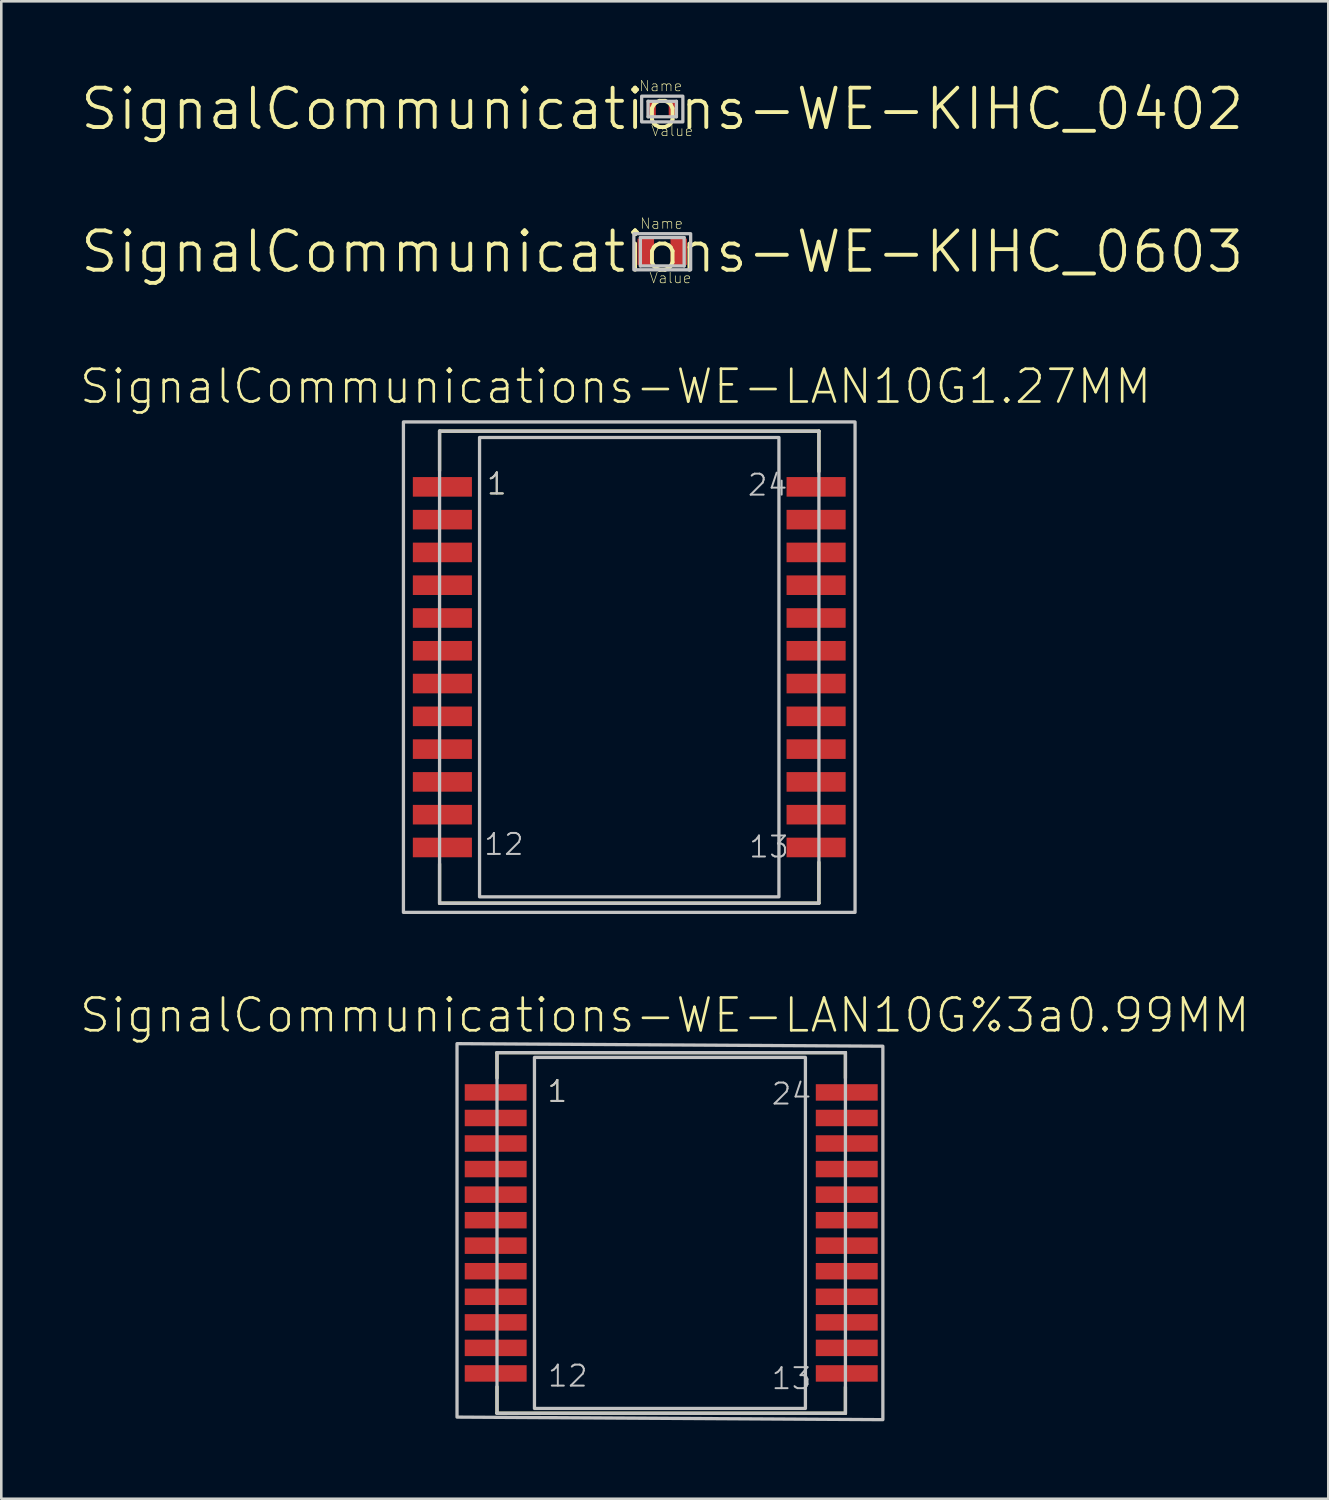
<source format=kicad_pcb>
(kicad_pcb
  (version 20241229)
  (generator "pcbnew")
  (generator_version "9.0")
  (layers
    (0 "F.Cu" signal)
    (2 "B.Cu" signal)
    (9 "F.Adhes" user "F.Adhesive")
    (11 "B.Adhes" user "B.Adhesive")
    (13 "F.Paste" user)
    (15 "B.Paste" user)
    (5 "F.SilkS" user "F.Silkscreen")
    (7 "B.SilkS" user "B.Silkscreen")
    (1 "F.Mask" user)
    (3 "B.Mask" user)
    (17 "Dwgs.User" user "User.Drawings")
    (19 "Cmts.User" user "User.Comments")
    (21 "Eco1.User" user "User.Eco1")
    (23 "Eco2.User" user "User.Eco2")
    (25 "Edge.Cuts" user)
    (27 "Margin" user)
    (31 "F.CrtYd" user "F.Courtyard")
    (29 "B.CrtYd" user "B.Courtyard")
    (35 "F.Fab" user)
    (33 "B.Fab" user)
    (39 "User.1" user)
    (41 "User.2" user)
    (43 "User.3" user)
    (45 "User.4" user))
  (footprint "SignalCommunications-WE-LAN10G1.27MM"
    (layer "F.Cu")
    (at 21.327 22.796)
    (property "Reference" "SignalCommunications-WE-LAN10G1.27MM" (at -0.528 -10.874 0) (layer "F.SilkS") (effects (font (size 1.27 1.27) (thickness 0.102))))
    (attr smd)
    (fp_line (start -7.348 -9.144) (end 7.348 -9.144) (stroke (width 0.127) (type solid)) (layer "F.SilkS"))
    (fp_line (start -7.348 -7.61) (end -7.348 -9.144) (stroke (width 0.127) (type solid)) (layer "F.SilkS"))
    (fp_line (start -7.348 7.62) (end -7.348 9.144) (stroke (width 0.127) (type solid)) (layer "F.SilkS"))
    (fp_line (start -7.348 9.144) (end 7.348 9.144) (stroke (width 0.127) (type solid)) (layer "F.SilkS"))
    (fp_line (start 7.348 -9.144) (end 7.348 -7.579) (stroke (width 0.127) (type solid)) (layer "F.SilkS"))
    (fp_line (start 7.348 9.144) (end 7.348 7.559) (stroke (width 0.127) (type solid)) (layer "F.SilkS"))
    (fp_line (start -7.348 -9.144) (end 7.348 -9.144) (stroke (width 0.127) (type solid)) (layer "Dwgs.User"))
    (fp_line (start -7.348 9.144) (end -7.348 -9.144) (stroke (width 0.127) (type solid)) (layer "Dwgs.User"))
    (fp_line (start 7.348 -9.144) (end 7.348 9.144) (stroke (width 0.127) (type solid)) (layer "Dwgs.User"))
    (fp_line (start 7.348 9.144) (end -7.348 9.144) (stroke (width 0.127) (type solid)) (layer "Dwgs.User"))
    (fp_poly (pts (xy -8.748 -9.5) (xy 8.748 -9.5) (xy 8.748 9.5) (xy -8.748 9.5) (xy -8.748 -9.5)) (stroke (width 0.127) (type solid)) (fill no) (layer "Dwgs.User"))
    (fp_poly (pts (xy 5.799 -8.898) (xy 5.799 8.898) (xy -5.799 8.898) (xy -5.799 -8.898) (xy 5.799 -8.898)) (stroke (width 0.127) (type solid)) (fill no) (layer "Dwgs.User"))
    (fp_text user "1" (at -5.133 -7.104 0) (layer "F.SilkS") (effects (font (size 0.813 0.813) (thickness 0.076))))
    (fp_text user "24" (at 5.362 -7.056 0) (layer "Dwgs.User") (effects (font (size 0.813 0.813) (thickness 0.076))))
    (fp_text user "1" (at -5.133 -7.104 0) (layer "Dwgs.User") (effects (font (size 0.813 0.813) (thickness 0.076))))
    (fp_text user "13" (at 5.413 6.962 0) (layer "Dwgs.User") (effects (font (size 0.813 0.813) (thickness 0.076))))
    (fp_text user "12" (at -4.856 6.863 0) (layer "Dwgs.User") (effects (font (size 0.813 0.813) (thickness 0.076))))
    (pad "1" smd rect (at -7.239 -6.985) (size 2.289 0.759) (layers "F.Cu" "F.Mask" "F.Paste"))
    (pad "2" smd rect (at -7.239 -5.715) (size 2.289 0.759) (layers "F.Cu" "F.Mask" "F.Paste"))
    (pad "3" smd rect (at -7.239 -4.445) (size 2.289 0.759) (layers "F.Cu" "F.Mask" "F.Paste"))
    (pad "4" smd rect (at -7.239 -3.175) (size 2.289 0.759) (layers "F.Cu" "F.Mask" "F.Paste"))
    (pad "5" smd rect (at -7.239 -1.905) (size 2.289 0.759) (layers "F.Cu" "F.Mask" "F.Paste"))
    (pad "6" smd rect (at -7.239 -0.635) (size 2.289 0.759) (layers "F.Cu" "F.Mask" "F.Paste"))
    (pad "7" smd rect (at -7.239 0.635) (size 2.289 0.759) (layers "F.Cu" "F.Mask" "F.Paste"))
    (pad "8" smd rect (at -7.239 1.905) (size 2.289 0.759) (layers "F.Cu" "F.Mask" "F.Paste"))
    (pad "9" smd rect (at -7.239 3.175) (size 2.289 0.759) (layers "F.Cu" "F.Mask" "F.Paste"))
    (pad "10" smd rect (at -7.239 4.445) (size 2.289 0.759) (layers "F.Cu" "F.Mask" "F.Paste"))
    (pad "11" smd rect (at -7.239 5.715) (size 2.289 0.759) (layers "F.Cu" "F.Mask" "F.Paste"))
    (pad "12" smd rect (at -7.239 6.985) (size 2.289 0.759) (layers "F.Cu" "F.Mask" "F.Paste"))
    (pad "13" smd rect (at 7.239 6.985) (size 2.289 0.759) (layers "F.Cu" "F.Mask" "F.Paste"))
    (pad "14" smd rect (at 7.239 5.715) (size 2.289 0.759) (layers "F.Cu" "F.Mask" "F.Paste"))
    (pad "15" smd rect (at 7.239 4.445) (size 2.289 0.759) (layers "F.Cu" "F.Mask" "F.Paste"))
    (pad "16" smd rect (at 7.239 3.175) (size 2.289 0.759) (layers "F.Cu" "F.Mask" "F.Paste"))
    (pad "17" smd rect (at 7.239 1.905) (size 2.289 0.759) (layers "F.Cu" "F.Mask" "F.Paste"))
    (pad "18" smd rect (at 7.239 0.635) (size 2.289 0.759) (layers "F.Cu" "F.Mask" "F.Paste"))
    (pad "19" smd rect (at 7.239 -0.635) (size 2.289 0.759) (layers "F.Cu" "F.Mask" "F.Paste"))
    (pad "20" smd rect (at 7.239 -1.905) (size 2.289 0.759) (layers "F.Cu" "F.Mask" "F.Paste"))
    (pad "21" smd rect (at 7.239 -3.175) (size 2.289 0.759) (layers "F.Cu" "F.Mask" "F.Paste"))
    (pad "22" smd rect (at 7.239 -4.445) (size 2.289 0.759) (layers "F.Cu" "F.Mask" "F.Paste"))
    (pad "23" smd rect (at 7.239 -5.715) (size 2.289 0.759) (layers "F.Cu" "F.Mask" "F.Paste"))
    (pad "24" smd rect (at 7.239 -6.985) (size 2.289 0.759) (layers "F.Cu" "F.Mask" "F.Paste")))
  (footprint "SignalCommunications-WE-LAN10G%3a0.99MM"
    (layer "F.Cu")
    (at 22.953 44.714)
    (property "Reference" "SignalCommunications-WE-LAN10G%3a0.99MM" (at -0.249 -8.433 0) (layer "F.SilkS") (effects (font (size 1.27 1.27) (thickness 0.102))))
    (attr smd)
    (fp_line (start -6.749 -6.985) (end 6.749 -6.985) (stroke (width 0.127) (type solid)) (layer "F.SilkS"))
    (fp_line (start -6.749 -5.999) (end -6.749 -6.985) (stroke (width 0.127) (type solid)) (layer "F.SilkS"))
    (fp_line (start -6.749 5.959) (end -6.749 6.985) (stroke (width 0.127) (type solid)) (layer "F.SilkS"))
    (fp_line (start -6.749 6.985) (end 6.749 6.985) (stroke (width 0.127) (type solid)) (layer "F.SilkS"))
    (fp_line (start 6.749 -6.985) (end 6.749 -5.999) (stroke (width 0.127) (type solid)) (layer "F.SilkS"))
    (fp_line (start 6.749 6.985) (end 6.749 5.969) (stroke (width 0.127) (type solid)) (layer "F.SilkS"))
    (fp_line (start -6.749 -6.985) (end -6.749 6.985) (stroke (width 0.127) (type solid)) (layer "Dwgs.User"))
    (fp_line (start -6.749 6.985) (end 6.749 6.985) (stroke (width 0.127) (type solid)) (layer "Dwgs.User"))
    (fp_line (start 6.749 -6.985) (end -6.749 -6.985) (stroke (width 0.127) (type solid)) (layer "Dwgs.User"))
    (fp_line (start 6.749 6.985) (end 6.749 -6.985) (stroke (width 0.127) (type solid)) (layer "Dwgs.User"))
    (fp_poly (pts (xy -8.298 -7.333) (xy 8.199 -7.234) (xy 8.199 7.234) (xy -8.298 7.135) (xy -8.298 -7.333)) (stroke (width 0.127) (type solid)) (fill no) (layer "Dwgs.User"))
    (fp_poly (pts (xy -5.298 -6.8) (xy 5.199 -6.8) (xy 5.199 6.8) (xy -5.298 6.8) (xy -5.298 -6.8)) (stroke (width 0.127) (type solid)) (fill no) (layer "Dwgs.User"))
    (fp_text user "1" (at -4.412 -5.486 0) (layer "F.SilkS") (effects (font (size 0.813 0.813) (thickness 0.076))))
    (fp_text user "24" (at 4.661 -5.385 0) (layer "Dwgs.User") (effects (font (size 0.813 0.813) (thickness 0.076))))
    (fp_text user "13" (at 4.661 5.641 0) (layer "Dwgs.User") (effects (font (size 0.813 0.813) (thickness 0.076))))
    (fp_text user "1" (at -4.412 -5.486 0) (layer "Dwgs.User") (effects (font (size 0.813 0.813) (thickness 0.076))))
    (fp_text user "12" (at -4.006 5.542 0) (layer "Dwgs.User") (effects (font (size 0.813 0.813) (thickness 0.076))))
    (pad "1" smd rect (at -6.8 -5.443) (size 2.398 0.638) (layers "F.Cu" "F.Mask" "F.Paste"))
    (pad "2" smd rect (at -6.8 -4.453) (size 2.398 0.638) (layers "F.Cu" "F.Mask" "F.Paste"))
    (pad "3" smd rect (at -6.8 -3.465) (size 2.398 0.638) (layers "F.Cu" "F.Mask" "F.Paste"))
    (pad "4" smd rect (at -6.8 -2.474) (size 2.398 0.638) (layers "F.Cu" "F.Mask" "F.Paste"))
    (pad "5" smd rect (at -6.8 -1.483) (size 2.398 0.638) (layers "F.Cu" "F.Mask" "F.Paste"))
    (pad "6" smd rect (at -6.8 -0.493) (size 2.398 0.638) (layers "F.Cu" "F.Mask" "F.Paste"))
    (pad "7" smd rect (at -6.8 0.493) (size 2.398 0.638) (layers "F.Cu" "F.Mask" "F.Paste"))
    (pad "8" smd rect (at -6.8 1.483) (size 2.398 0.638) (layers "F.Cu" "F.Mask" "F.Paste"))
    (pad "9" smd rect (at -6.8 2.474) (size 2.398 0.638) (layers "F.Cu" "F.Mask" "F.Paste"))
    (pad "10" smd rect (at -6.8 3.465) (size 2.398 0.638) (layers "F.Cu" "F.Mask" "F.Paste"))
    (pad "11" smd rect (at -6.8 4.453) (size 2.398 0.638) (layers "F.Cu" "F.Mask" "F.Paste"))
    (pad "12" smd rect (at -6.8 5.443) (size 2.398 0.638) (layers "F.Cu" "F.Mask" "F.Paste"))
    (pad "13" smd rect (at 6.8 5.443) (size 2.398 0.638) (layers "F.Cu" "F.Mask" "F.Paste"))
    (pad "14" smd rect (at 6.8 4.453) (size 2.398 0.638) (layers "F.Cu" "F.Mask" "F.Paste"))
    (pad "15" smd rect (at 6.8 3.465) (size 2.398 0.638) (layers "F.Cu" "F.Mask" "F.Paste"))
    (pad "16" smd rect (at 6.8 2.474) (size 2.398 0.638) (layers "F.Cu" "F.Mask" "F.Paste"))
    (pad "17" smd rect (at 6.8 1.483) (size 2.398 0.638) (layers "F.Cu" "F.Mask" "F.Paste"))
    (pad "18" smd rect (at 6.8 0.493) (size 2.398 0.638) (layers "F.Cu" "F.Mask" "F.Paste"))
    (pad "19" smd rect (at 6.8 -0.493) (size 2.398 0.638) (layers "F.Cu" "F.Mask" "F.Paste"))
    (pad "20" smd rect (at 6.8 -1.483) (size 2.398 0.638) (layers "F.Cu" "F.Mask" "F.Paste"))
    (pad "21" smd rect (at 6.8 -2.474) (size 2.398 0.638) (layers "F.Cu" "F.Mask" "F.Paste"))
    (pad "22" smd rect (at 6.8 -3.465) (size 2.398 0.638) (layers "F.Cu" "F.Mask" "F.Paste"))
    (pad "23" smd rect (at 6.8 -4.453) (size 2.398 0.638) (layers "F.Cu" "F.Mask" "F.Paste"))
    (pad "24" smd rect (at 6.8 -5.443) (size 2.398 0.638) (layers "F.Cu" "F.Mask" "F.Paste")))
  (footprint "SignalCommunications-WE-KIHC_0603"
    (layer "F.Cu")
    (at 22.606 6.703)
    (property "Reference" "SignalCommunications-WE-KIHC_0603" (at 0 0 0) (layer "F.SilkS") (effects (font (size 1.524 1.524) (thickness 0.15))))
    (attr smd)
    (fp_line (start -0.848 -0.549) (end 0.848 -0.549) (stroke (width 0.127) (type solid)) (layer "Dwgs.User"))
    (fp_line (start -0.848 0.549) (end -0.848 -0.549) (stroke (width 0.127) (type solid)) (layer "Dwgs.User"))
    (fp_line (start 0.848 -0.549) (end 0.848 0.549) (stroke (width 0.127) (type solid)) (layer "Dwgs.User"))
    (fp_line (start 0.848 0.549) (end -0.848 0.549) (stroke (width 0.127) (type solid)) (layer "Dwgs.User"))
    (fp_poly (pts (xy -1.1 -0.699) (xy 1.1 -0.699) (xy 1.1 0.699) (xy -1.1 0.699) (xy -1.1 -0.699)) (stroke (width 0.127) (type solid)) (fill no) (layer "Dwgs.User"))
    (fp_text user "Name" (at -0.028 -1.092 0) (layer "F.SilkS") (effects (font (size 0.406 0.406) (thickness 0.025))))
    (fp_text user "Value" (at 0.315 1.016 0) (layer "F.SilkS") (effects (font (size 0.406 0.406) (thickness 0.025))))
    (pad "1" smd rect (at -0.638 0 90) (size 1.019 0.638) (layers "F.Cu" "F.Mask" "F.Paste"))
    (pad "2" smd rect (at 0.638 0 90) (size 1.019 0.638) (layers "F.Cu" "F.Mask" "F.Paste")))
  (footprint "SignalCommunications-WE-KIHC_0402"
    (layer "F.Cu")
    (at 22.606 1.174)
    (property "Reference" "SignalCommunications-WE-KIHC_0402" (at 0 0 0) (layer "F.SilkS") (effects (font (size 1.524 1.524) (thickness 0.15))))
    (attr smd)
    (fp_line (start -0.549 -0.3) (end 0.549 -0.3) (stroke (width 0.127) (type solid)) (layer "Dwgs.User"))
    (fp_line (start -0.549 0.3) (end -0.549 -0.3) (stroke (width 0.127) (type solid)) (layer "Dwgs.User"))
    (fp_line (start 0.549 -0.3) (end 0.549 0.3) (stroke (width 0.127) (type solid)) (layer "Dwgs.User"))
    (fp_line (start 0.549 0.3) (end -0.549 0.3) (stroke (width 0.127) (type solid)) (layer "Dwgs.User"))
    (fp_poly (pts (xy -0.798 -0.498) (xy 0.798 -0.498) (xy 0.798 0.498) (xy -0.798 0.498) (xy -0.798 -0.498)) (stroke (width 0.127) (type solid)) (fill no) (layer "Dwgs.User"))
    (fp_text user "Name" (at -0.058 -0.892 0) (layer "F.SilkS") (effects (font (size 0.406 0.406) (thickness 0.025))))
    (fp_text user "Value" (at 0.384 0.846 0) (layer "F.SilkS") (effects (font (size 0.406 0.406) (thickness 0.025))))
    (pad "1" smd rect (at -0.424 0 90) (size 0.648 0.348) (layers "F.Cu" "F.Mask" "F.Paste"))
    (pad "2" smd rect (at 0.424 0 90) (size 0.648 0.348) (layers "F.Cu" "F.Mask" "F.Paste")))
  (gr_rect
    (start -3 -3)
    (end 48.408 55.011)
    (stroke (width 0.1) (type default))
    (fill no)
    (layer "Edge.Cuts")))
</source>
